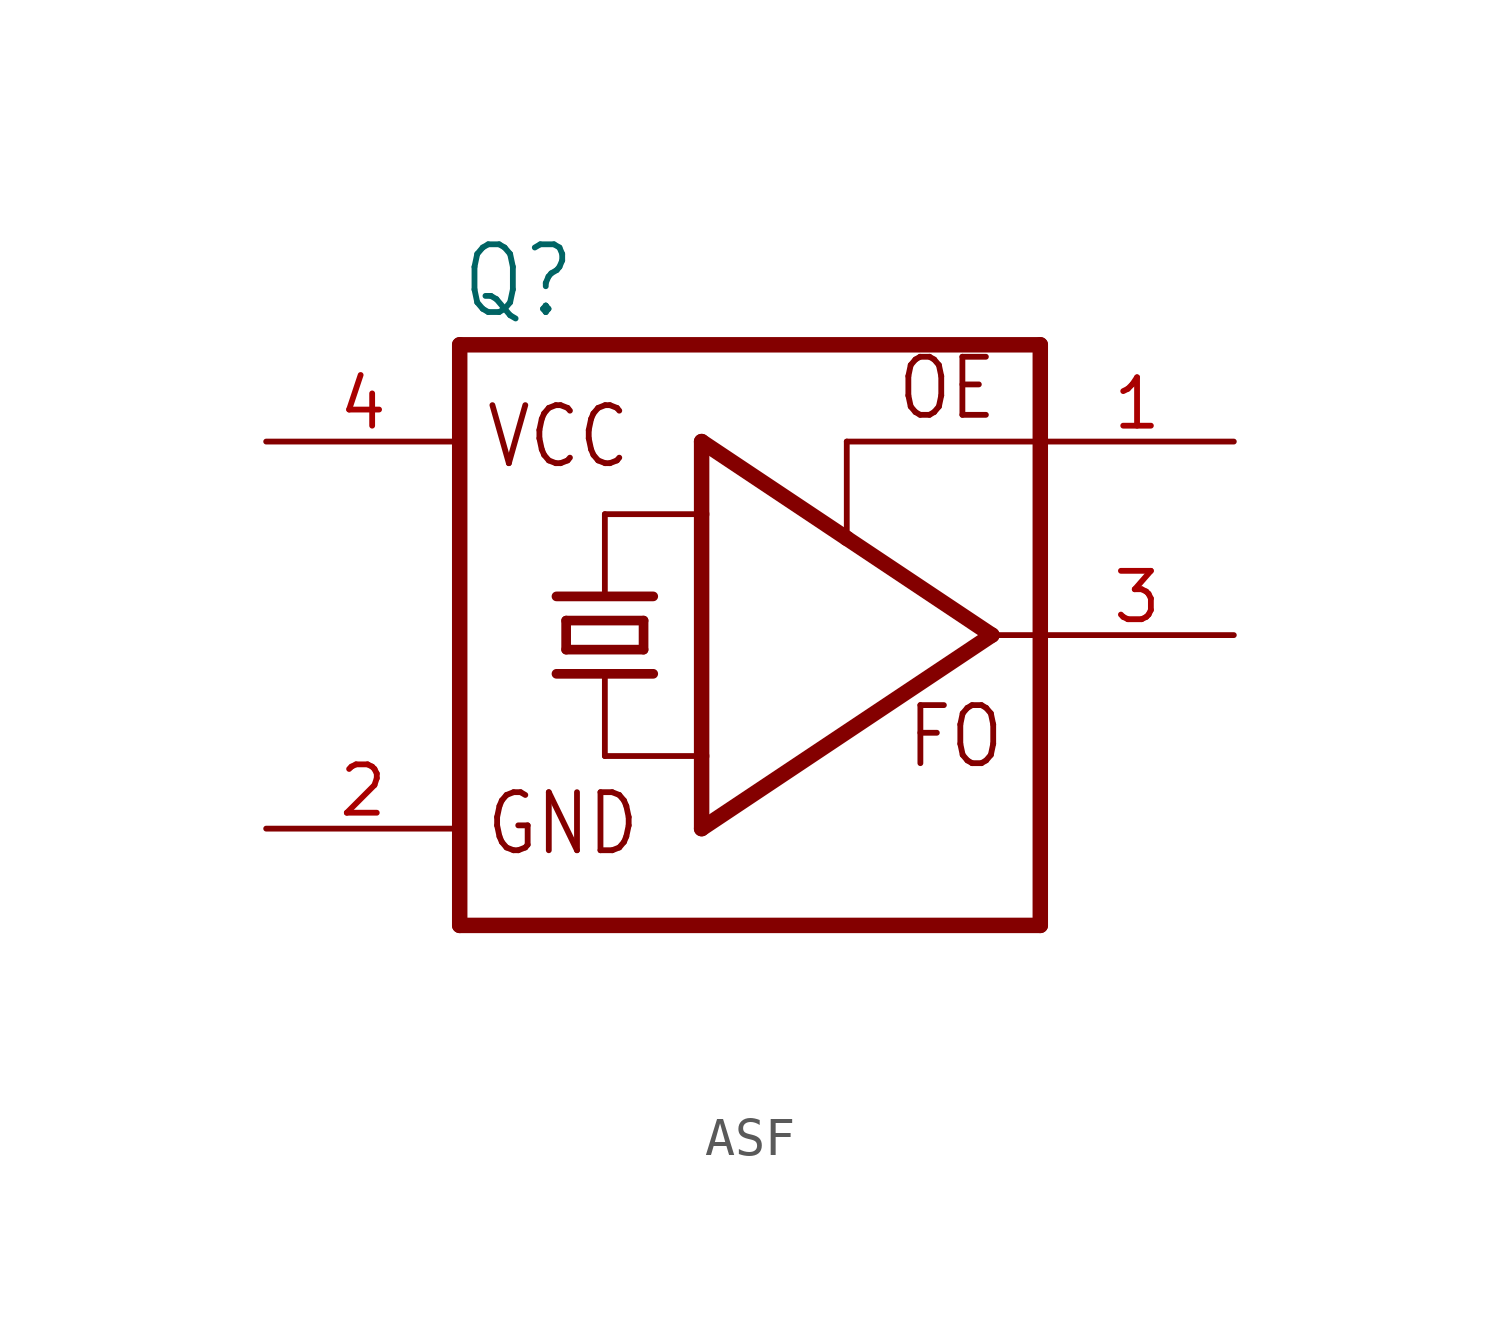
<source format=kicad_sym>
(kicad_symbol_lib
  (version 20220914)
  (generator kicad_symbol_editor)
  (symbol "ASF"
    (property "Reference" "Q"
      (at -7.62 8.255 0)
      (effects (font (size 1.778 1.511)) (justify left bottom)))
    (property "Value" ""
      (at -7.62 -10.16 0)
      (effects (font (size 1.778 1.511)) (justify left bottom)))
    (property "ki_locked" ""
      (at 0 0 0)
      (effects (font (size 1.27 1.27))))
    (symbol "ASF_1_0"
      (polyline (pts (xy -7.62 7.62) (xy -7.62 -7.62)) (stroke (width 0.406) (type solid)) (fill (type none)))
      (polyline (pts (xy -7.62 7.62) (xy 7.62 7.62)) (stroke (width 0.406) (type solid)) (fill (type none)))
      (polyline (pts (xy -5.08 -1.016) (xy -3.81 -1.016)) (stroke (width 0.254) (type solid)) (fill (type none)))
      (polyline (pts (xy -5.08 1.016) (xy -2.54 1.016)) (stroke (width 0.254) (type solid)) (fill (type none)))
      (polyline (pts (xy -4.826 -0.381) (xy -4.826 0.381)) (stroke (width 0.254) (type solid)) (fill (type none)))
      (polyline (pts (xy -4.826 -0.381) (xy -2.794 -0.381)) (stroke (width 0.254) (type solid)) (fill (type none)))
      (polyline (pts (xy -4.826 0.381) (xy -2.794 0.381)) (stroke (width 0.254) (type solid)) (fill (type none)))
      (polyline (pts (xy -3.81 -3.175) (xy -3.81 -1.016)) (stroke (width 0.152) (type solid)) (fill (type none)))
      (polyline (pts (xy -3.81 -3.175) (xy -1.27 -3.175)) (stroke (width 0.152) (type solid)) (fill (type none)))
      (polyline (pts (xy -3.81 -1.016) (xy -2.54 -1.016)) (stroke (width 0.254) (type solid)) (fill (type none)))
      (polyline (pts (xy -3.81 1.016) (xy -3.81 3.175)) (stroke (width 0.152) (type solid)) (fill (type none)))
      (polyline (pts (xy -3.81 3.175) (xy -1.27 3.175)) (stroke (width 0.152) (type solid)) (fill (type none)))
      (polyline (pts (xy -2.794 0.381) (xy -2.794 -0.381)) (stroke (width 0.254) (type solid)) (fill (type none)))
      (polyline (pts (xy -1.27 -5.08) (xy -1.27 -3.175)) (stroke (width 0.406) (type solid)) (fill (type none)))
      (polyline (pts (xy -1.27 -3.175) (xy -1.27 3.175)) (stroke (width 0.406) (type solid)) (fill (type none)))
      (polyline (pts (xy -1.27 3.175) (xy -1.27 5.08)) (stroke (width 0.406) (type solid)) (fill (type none)))
      (polyline (pts (xy -1.27 5.08) (xy 2.54 2.54)) (stroke (width 0.406) (type solid)) (fill (type none)))
      (polyline (pts (xy 2.54 2.54) (xy 6.35 0)) (stroke (width 0.406) (type solid)) (fill (type none)))
      (polyline (pts (xy 2.54 5.08) (xy 2.54 2.54)) (stroke (width 0.152) (type solid)) (fill (type none)))
      (polyline (pts (xy 6.35 0) (xy -1.27 -5.08)) (stroke (width 0.406) (type solid)) (fill (type none)))
      (polyline (pts (xy 6.35 0) (xy 7.62 0)) (stroke (width 0.152) (type solid)) (fill (type none)))
      (polyline (pts (xy 7.62 -7.62) (xy -7.62 -7.62)) (stroke (width 0.406) (type solid)) (fill (type none)))
      (polyline (pts (xy 7.62 -7.62) (xy 7.62 0)) (stroke (width 0.406) (type solid)) (fill (type none)))
      (polyline (pts (xy 7.62 0) (xy 7.62 5.08)) (stroke (width 0.406) (type solid)) (fill (type none)))
      (polyline (pts (xy 7.62 5.08) (xy 2.54 5.08)) (stroke (width 0.152) (type solid)) (fill (type none)))
      (polyline (pts (xy 7.62 5.08) (xy 7.62 7.62)) (stroke (width 0.406) (type solid)) (fill (type none)))
      (text "FO" (at 4.064 -3.556 0) (effects (font (size 1.524 1.295)) (justify left bottom)))
      (text "GND" (at -6.985 -5.842 0) (effects (font (size 1.524 1.295)) (justify left bottom)))
      (text "OE" (at 3.81 5.588 0) (effects (font (size 1.524 1.295)) (justify left bottom)))
      (text "VCC" (at -6.985 4.318 0) (effects (font (size 1.524 1.295)) (justify left bottom)))
      (pin input line (at 12.7 5.08 180) (length 5.08) (name "OE" (effects (font (size 0 0)))) (number "1" (effects (font (size 1.27 1.27)))))
      (pin power_in line (at -12.7 -5.08 0) (length 5.08) (name "GND" (effects (font (size 0 0)))) (number "2" (effects (font (size 1.27 1.27)))))
      (pin output line (at 12.7 0 180) (length 5.08) (name "FO" (effects (font (size 0 0)))) (number "3" (effects (font (size 1.27 1.27)))))
      (pin power_in line (at -12.7 5.08 0) (length 5.08) (name "VCC" (effects (font (size 0 0)))) (number "4" (effects (font (size 1.27 1.27))))))))
</source>
